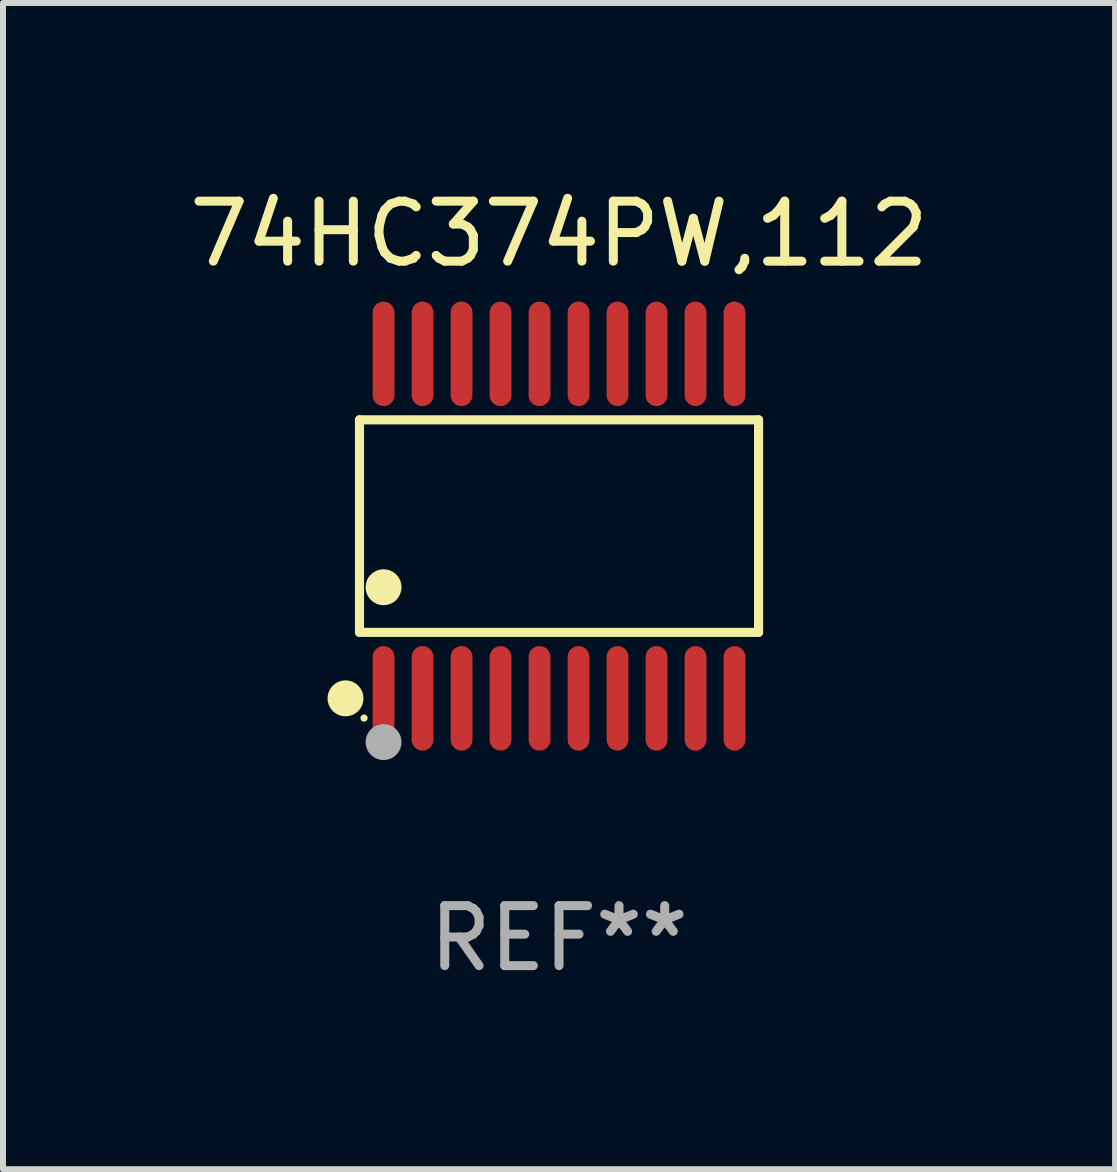
<source format=kicad_pcb>
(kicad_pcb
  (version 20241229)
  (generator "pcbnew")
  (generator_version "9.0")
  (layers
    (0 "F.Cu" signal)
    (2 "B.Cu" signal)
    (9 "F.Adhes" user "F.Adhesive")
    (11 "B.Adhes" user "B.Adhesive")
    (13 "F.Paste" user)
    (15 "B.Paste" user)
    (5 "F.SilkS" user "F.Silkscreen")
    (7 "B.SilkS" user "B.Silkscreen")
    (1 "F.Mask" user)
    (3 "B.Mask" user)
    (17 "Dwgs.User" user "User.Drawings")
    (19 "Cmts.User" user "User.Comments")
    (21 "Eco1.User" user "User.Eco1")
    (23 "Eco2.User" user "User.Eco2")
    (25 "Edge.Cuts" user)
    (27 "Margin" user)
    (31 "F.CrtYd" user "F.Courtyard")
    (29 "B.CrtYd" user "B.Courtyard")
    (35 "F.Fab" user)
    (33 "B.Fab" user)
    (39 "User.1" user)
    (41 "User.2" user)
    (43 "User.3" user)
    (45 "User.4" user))
  (footprint "74HC374PW,112"
    (layer "F.Cu")
    (at 6.268 5.719)
    (property "Reference" "74HC374PW,112" (at 0 -4.871 0) (layer "F.SilkS") (effects (font (size 1 1) (thickness 0.15))))
    (attr through_hole)
    (fp_line (start -3.326 -1.771) (end 3.326 -1.771) (stroke (width 0.152) (type solid)) (layer "F.SilkS"))
    (fp_line (start -3.326 1.771) (end -3.326 -1.771) (stroke (width 0.152) (type solid)) (layer "F.SilkS"))
    (fp_line (start 3.326 -1.771) (end 3.326 1.771) (stroke (width 0.152) (type solid)) (layer "F.SilkS"))
    (fp_line (start 3.326 1.771) (end -3.326 1.771) (stroke (width 0.152) (type solid)) (layer "F.SilkS"))
    (fp_circle (center -3.559 2.871) (end -3.409 2.871) (stroke (width 0.3) (type solid)) (fill no) (layer "F.SilkS"))
    (fp_circle (center -3.25 3.2) (end -3.22 3.2) (stroke (width 0.06) (type solid)) (fill no) (layer "F.SilkS"))
    (fp_circle (center -2.925 1.019) (end -2.775 1.019) (stroke (width 0.3) (type solid)) (fill no) (layer "F.SilkS"))
    (fp_circle (center -2.925 3.6) (end -2.775 3.6) (stroke (width 0.3) (type solid)) (fill no) (layer "F.Fab"))
    (fp_text user "REF**" (at 0 6.871 0) (layer "F.Fab") (effects (font (size 1 1) (thickness 0.15))))
    (pad "1" smd oval (at -2.925 2.871) (size 0.364 1.742) (layers "F.Cu" "F.Mask" "F.Paste"))
    (pad "2" smd oval (at -2.275 2.871) (size 0.364 1.742) (layers "F.Cu" "F.Mask" "F.Paste"))
    (pad "3" smd oval (at -1.625 2.871) (size 0.364 1.742) (layers "F.Cu" "F.Mask" "F.Paste"))
    (pad "4" smd oval (at -0.975 2.871) (size 0.364 1.742) (layers "F.Cu" "F.Mask" "F.Paste"))
    (pad "5" smd oval (at -0.325 2.871) (size 0.364 1.742) (layers "F.Cu" "F.Mask" "F.Paste"))
    (pad "6" smd oval (at 0.325 2.871) (size 0.364 1.742) (layers "F.Cu" "F.Mask" "F.Paste"))
    (pad "7" smd oval (at 0.975 2.871) (size 0.364 1.742) (layers "F.Cu" "F.Mask" "F.Paste"))
    (pad "8" smd oval (at 1.625 2.871) (size 0.364 1.742) (layers "F.Cu" "F.Mask" "F.Paste"))
    (pad "9" smd oval (at 2.275 2.871) (size 0.364 1.742) (layers "F.Cu" "F.Mask" "F.Paste"))
    (pad "10" smd oval (at 2.925 2.871) (size 0.364 1.742) (layers "F.Cu" "F.Mask" "F.Paste"))
    (pad "11" smd oval (at 2.925 -2.871) (size 0.364 1.742) (layers "F.Cu" "F.Mask" "F.Paste"))
    (pad "12" smd oval (at 2.275 -2.871) (size 0.364 1.742) (layers "F.Cu" "F.Mask" "F.Paste"))
    (pad "13" smd oval (at 1.625 -2.871) (size 0.364 1.742) (layers "F.Cu" "F.Mask" "F.Paste"))
    (pad "14" smd oval (at 0.975 -2.871) (size 0.364 1.742) (layers "F.Cu" "F.Mask" "F.Paste"))
    (pad "15" smd oval (at 0.325 -2.871) (size 0.364 1.742) (layers "F.Cu" "F.Mask" "F.Paste"))
    (pad "16" smd oval (at -0.325 -2.871) (size 0.364 1.742) (layers "F.Cu" "F.Mask" "F.Paste"))
    (pad "17" smd oval (at -0.975 -2.871) (size 0.364 1.742) (layers "F.Cu" "F.Mask" "F.Paste"))
    (pad "18" smd oval (at -1.625 -2.871) (size 0.364 1.742) (layers "F.Cu" "F.Mask" "F.Paste"))
    (pad "19" smd oval (at -2.275 -2.871) (size 0.364 1.742) (layers "F.Cu" "F.Mask" "F.Paste"))
    (pad "20" smd oval (at -2.925 -2.871) (size 0.364 1.742) (layers "F.Cu" "F.Mask" "F.Paste")))
  (gr_rect
    (start -3 -3)
    (end 15.536 16.438)
    (stroke (width 0.1) (type default))
    (fill no)
    (layer "Edge.Cuts")))
</source>
